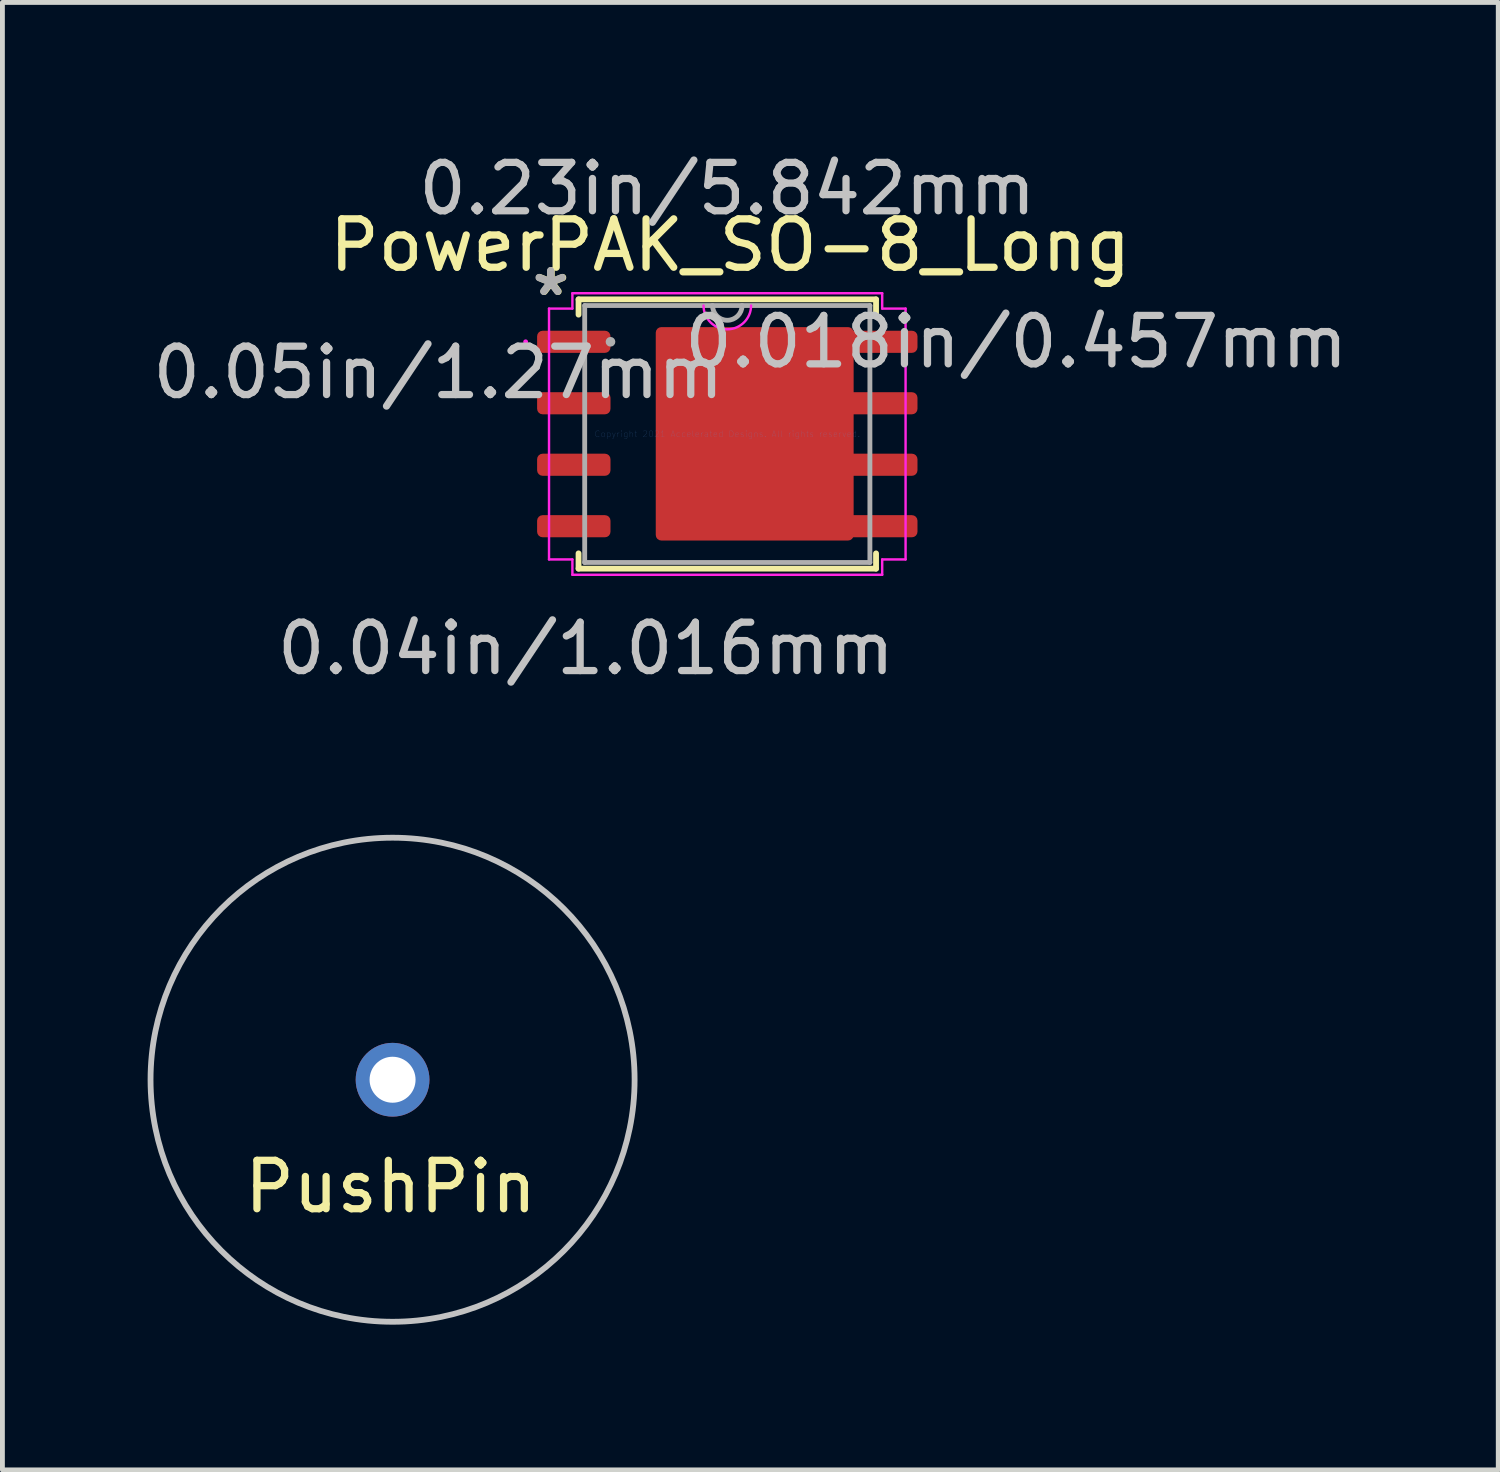
<source format=kicad_pcb>
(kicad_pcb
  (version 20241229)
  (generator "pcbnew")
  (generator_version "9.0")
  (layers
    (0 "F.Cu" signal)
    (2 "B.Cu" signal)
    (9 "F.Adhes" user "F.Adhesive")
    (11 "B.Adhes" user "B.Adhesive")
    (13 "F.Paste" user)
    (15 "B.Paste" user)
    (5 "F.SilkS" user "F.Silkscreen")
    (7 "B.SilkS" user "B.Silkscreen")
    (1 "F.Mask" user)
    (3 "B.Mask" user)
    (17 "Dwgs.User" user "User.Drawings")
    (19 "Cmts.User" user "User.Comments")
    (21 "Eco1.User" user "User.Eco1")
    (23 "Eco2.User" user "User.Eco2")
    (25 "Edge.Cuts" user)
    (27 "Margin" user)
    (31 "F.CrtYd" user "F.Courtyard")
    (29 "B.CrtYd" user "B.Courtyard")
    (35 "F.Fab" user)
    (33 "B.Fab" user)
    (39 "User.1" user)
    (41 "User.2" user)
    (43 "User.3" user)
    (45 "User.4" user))
  (footprint "PushPin"
    (layer "F.Cu")
    (at 5.06 19.256)
    (property "Reference" "PushPin" (at -0.04 2.21 0) (layer "F.SilkS") (effects (font (size 1 1) (thickness 0.15))))
    (attr through_hole)
    (fp_circle (center 0 0) (end 5 0) (stroke (width 0.12) (type solid)) (fill no) (layer "Dwgs.User"))
    (pad "1" thru_hole circle (at 0 0) (size 1.524 1.524) (drill 0.95) (layers "*.Cu" "*.Mask")))
  (footprint "PowerPAK_SO-8_Long"
    (layer "F.Cu")
    (at 11.975 5.916)
    (property "Reference" "PowerPAK_SO-8_Long" (at 0.06 -3.9 0) (layer "F.SilkS") (effects (font (size 1 1) (thickness 0.15))))
    (attr through_hole)
    (fp_poly (pts (xy 2.565 -2.159) (xy -1.422 -2.159) (xy -1.422 2.159) (xy 2.565 2.159)) (stroke (width 0.1) (type solid)) (fill yes) (layer "F.Mask"))
    (fp_line (start -3.073 -2.781) (end -3.073 -2.466) (stroke (width 0.12) (type solid)) (layer "F.SilkS"))
    (fp_line (start -3.073 2.466) (end -3.073 2.781) (stroke (width 0.12) (type solid)) (layer "F.SilkS"))
    (fp_line (start -3.073 2.781) (end 3.073 2.781) (stroke (width 0.12) (type solid)) (layer "F.SilkS"))
    (fp_line (start 3.073 -2.781) (end -3.073 -2.781) (stroke (width 0.12) (type solid)) (layer "F.SilkS"))
    (fp_line (start 3.073 -2.466) (end 3.073 -2.781) (stroke (width 0.12) (type solid)) (layer "F.SilkS"))
    (fp_line (start 3.073 2.781) (end 3.073 2.466) (stroke (width 0.12) (type solid)) (layer "F.SilkS"))
    (fp_line (start -3.683 -2.591) (end -3.2 -2.591) (stroke (width 0.05) (type solid)) (layer "F.CrtYd"))
    (fp_line (start -3.683 2.591) (end -3.683 -2.591) (stroke (width 0.05) (type solid)) (layer "F.CrtYd"))
    (fp_line (start -3.2 -2.908) (end 3.2 -2.908) (stroke (width 0.05) (type solid)) (layer "F.CrtYd"))
    (fp_line (start -3.2 -2.591) (end -3.2 -2.908) (stroke (width 0.05) (type solid)) (layer "F.CrtYd"))
    (fp_line (start -3.2 2.591) (end -3.683 2.591) (stroke (width 0.05) (type solid)) (layer "F.CrtYd"))
    (fp_line (start -3.2 2.908) (end -3.2 2.591) (stroke (width 0.05) (type solid)) (layer "F.CrtYd"))
    (fp_line (start 3.2 -2.908) (end 3.2 -2.591) (stroke (width 0.05) (type solid)) (layer "F.CrtYd"))
    (fp_line (start 3.2 -2.591) (end 3.683 -2.591) (stroke (width 0.05) (type solid)) (layer "F.CrtYd"))
    (fp_line (start 3.2 2.591) (end 3.2 2.908) (stroke (width 0.05) (type solid)) (layer "F.CrtYd"))
    (fp_line (start 3.2 2.908) (end -3.2 2.908) (stroke (width 0.05) (type solid)) (layer "F.CrtYd"))
    (fp_line (start 3.683 -2.591) (end 3.683 2.591) (stroke (width 0.05) (type solid)) (layer "F.CrtYd"))
    (fp_line (start 3.683 2.591) (end 3.2 2.591) (stroke (width 0.05) (type solid)) (layer "F.CrtYd"))
    (fp_arc (start 0.491067 -2.6543) (mid 0 -2.163233) (end -0.491067 -2.6543) (stroke (width 0.05) (type solid)) (layer "F.CrtYd"))
    (fp_circle (center -4.166 -1.905) (end -4.166 -1.905) (stroke (width 0.05) (type solid)) (fill no) (layer "F.CrtYd"))
    (fp_line (start -2.946 -2.654) (end -2.946 2.654) (stroke (width 0.1) (type solid)) (layer "F.Fab"))
    (fp_line (start -2.946 2.654) (end 2.946 2.654) (stroke (width 0.1) (type solid)) (layer "F.Fab"))
    (fp_line (start 2.946 -2.654) (end -2.946 -2.654) (stroke (width 0.1) (type solid)) (layer "F.Fab"))
    (fp_line (start 2.946 2.654) (end 2.946 -2.654) (stroke (width 0.1) (type solid)) (layer "F.Fab"))
    (fp_arc (start 0.3048 -2.6543) (mid 0 -2.3495) (end -0.3048 -2.6543) (stroke (width 0.1) (type solid)) (layer "F.Fab"))
    (fp_circle (center -2.413 -1.905) (end -2.413 -1.905) (stroke (width 0.1) (type solid)) (fill no) (layer "F.Fab"))
    (fp_text user "*" (at -3.64 -2.83 0) (layer "F.SilkS") (effects (font (size 1 1) (thickness 0.15))))
    (fp_text user "0.018in/0.457mm" (at 5.969 -1.905 0) (layer "Dwgs.User") (effects (font (size 1 1) (thickness 0.15))))
    (fp_text user "0.05in/1.27mm" (at -5.969 -1.27 0) (layer "Dwgs.User") (effects (font (size 1 1) (thickness 0.15))))
    (fp_text user "0.04in/1.016mm" (at -2.921 4.432 0) (layer "Dwgs.User") (effects (font (size 1 1) (thickness 0.15))))
    (fp_text user "0.23in/5.842mm" (at 0 -5.067 0) (layer "Dwgs.User") (effects (font (size 1 1) (thickness 0.15))))
    (fp_text user "Copyright 2021 Accelerated Designs. All rights reserved." (at 0 0 0) (layer "Cmts.User") (effects (font (size 0.127 0.127) (thickness 0.002))))
    (fp_text user "*" (at -3.65 -2.83 0) (layer "F.Fab") (effects (font (size 1 1) (thickness 0.15))))
    (pad "1" smd roundrect (at -3.171 -1.905) (size 1.516 0.457) (layers "F.Cu" "F.Mask" "F.Paste") (roundrect_rratio 0.25))
    (pad "2" smd roundrect (at -3.171 -0.635) (size 1.516 0.457) (layers "F.Cu" "F.Mask" "F.Paste") (roundrect_rratio 0.25))
    (pad "3" smd roundrect (at -3.171 0.635) (size 1.516 0.457) (layers "F.Cu" "F.Mask" "F.Paste") (roundrect_rratio 0.25))
    (pad "4" smd roundrect (at -3.171 1.905) (size 1.516 0.457) (layers "F.Cu" "F.Mask" "F.Paste") (roundrect_rratio 0.25))
    (pad "5" smd roundrect (at 0.566 -0.004) (size 4.088 4.409) (layers "F.Cu" "F.Mask") (roundrect_rratio 0.028))
    (pad "5" smd roundrect (at 3.171 -1.905) (size 1.516 0.457) (layers "F.Cu" "F.Mask" "F.Paste") (roundrect_rratio 0.25))
    (pad "5" smd roundrect (at 3.171 -0.635) (size 1.516 0.457) (layers "F.Cu" "F.Mask" "F.Paste") (roundrect_rratio 0.25))
    (pad "5" smd roundrect (at 3.171 0.635) (size 1.516 0.457) (layers "F.Cu" "F.Mask" "F.Paste") (roundrect_rratio 0.25))
    (pad "5" smd roundrect (at 3.171 1.905) (size 1.516 0.457) (layers "F.Cu" "F.Mask" "F.Paste") (roundrect_rratio 0.25))
    (zone (net_name "") (layer "F.Paste") (hatch edge 0.508) (connect_pads) (min_thickness 0.254) (filled_areas_thickness no) (keepout (tracks not_allowed) (vias not_allowed) (pads not_allowed) (copperpour allowed) (footprints allowed)) (placement (enabled no)) (fill) (polygon (pts (xy 12.385 5.656) (xy 10.975 5.656) (xy 10.975 4.206) (xy 12.385 4.206))))
    (zone (net_name "") (layer "F.Paste") (hatch edge 0.508) (connect_pads) (min_thickness 0.254) (filled_areas_thickness no) (keepout (tracks not_allowed) (vias not_allowed) (pads not_allowed) (copperpour allowed) (footprints allowed)) (placement (enabled no)) (fill) (polygon (pts (xy 12.385 7.656) (xy 10.975 7.656) (xy 10.975 6.206) (xy 12.385 6.206))))
    (zone (net_name "") (layer "F.Paste") (hatch edge 0.508) (connect_pads) (min_thickness 0.254) (filled_areas_thickness no) (keepout (tracks not_allowed) (vias not_allowed) (pads not_allowed) (copperpour allowed) (footprints allowed)) (placement (enabled no)) (fill) (polygon (pts (xy 14.145 5.656) (xy 12.735 5.656) (xy 12.735 4.206) (xy 14.145 4.206))))
    (zone (net_name "") (layer "F.Paste") (hatch edge 0.508) (connect_pads) (min_thickness 0.254) (filled_areas_thickness no) (keepout (tracks not_allowed) (vias not_allowed) (pads not_allowed) (copperpour allowed) (footprints allowed)) (placement (enabled no)) (fill) (polygon (pts (xy 14.145 7.656) (xy 12.735 7.656) (xy 12.735 6.206) (xy 14.145 6.206)))))
  (gr_rect
    (start -3 -3)
    (end 27.902 27.316)
    (stroke (width 0.1) (type default))
    (fill no)
    (layer "Edge.Cuts")))
</source>
